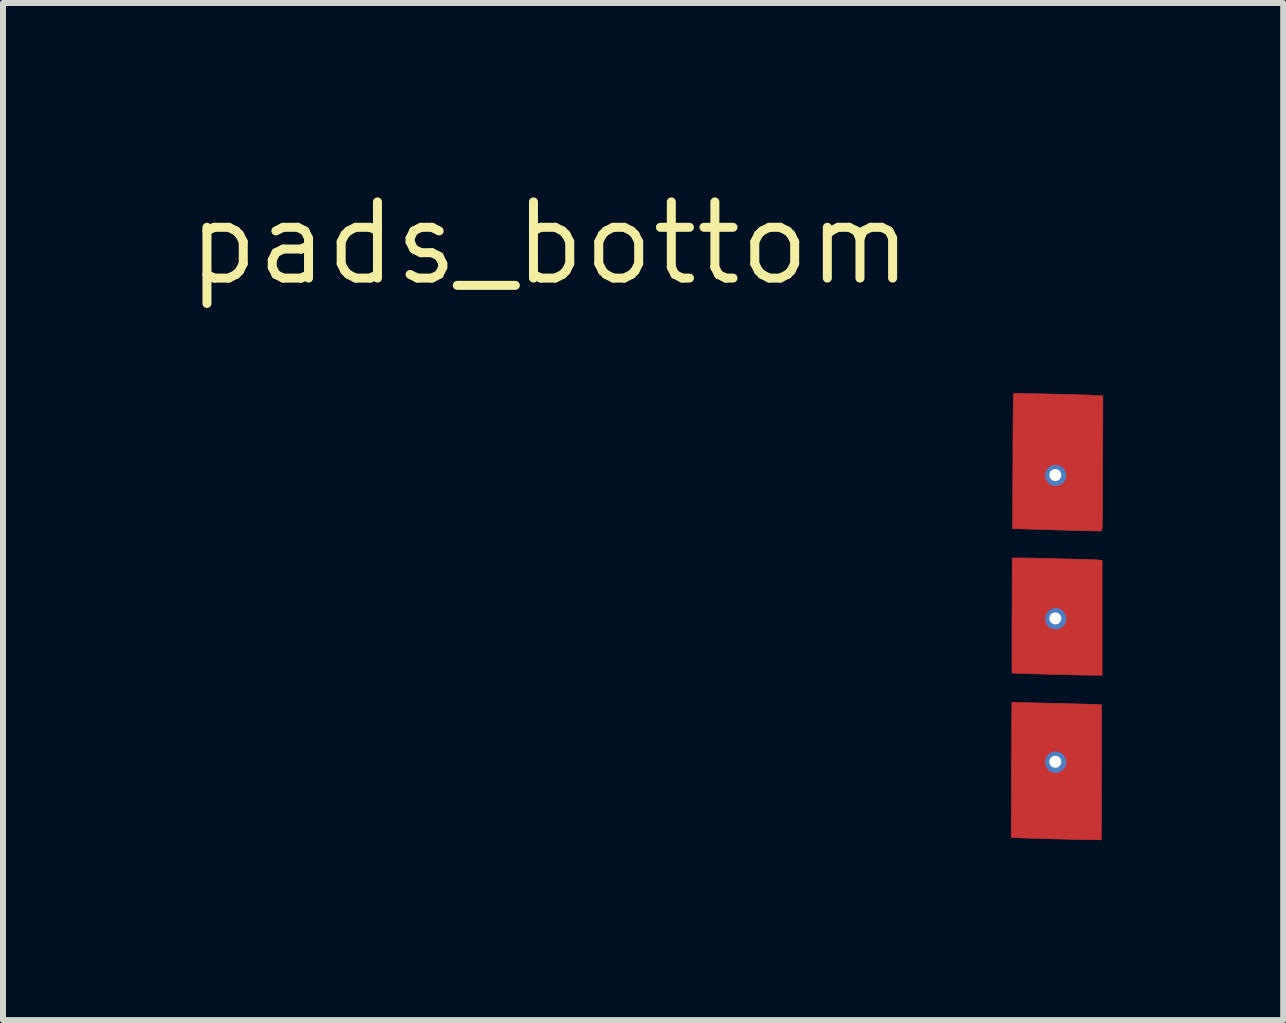
<source format=kicad_pcb>
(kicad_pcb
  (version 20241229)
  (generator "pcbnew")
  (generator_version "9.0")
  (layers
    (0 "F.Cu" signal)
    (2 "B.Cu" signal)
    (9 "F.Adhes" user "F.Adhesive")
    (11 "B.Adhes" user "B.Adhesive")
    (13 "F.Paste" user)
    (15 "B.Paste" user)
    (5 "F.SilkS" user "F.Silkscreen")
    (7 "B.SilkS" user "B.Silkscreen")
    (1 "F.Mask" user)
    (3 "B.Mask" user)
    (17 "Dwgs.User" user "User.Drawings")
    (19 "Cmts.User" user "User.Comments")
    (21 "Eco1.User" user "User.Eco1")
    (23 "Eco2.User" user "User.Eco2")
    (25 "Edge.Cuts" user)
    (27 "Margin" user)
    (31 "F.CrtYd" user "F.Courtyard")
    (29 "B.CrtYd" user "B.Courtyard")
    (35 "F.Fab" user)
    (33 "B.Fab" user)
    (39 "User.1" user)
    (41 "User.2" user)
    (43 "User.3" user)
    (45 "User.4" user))
  (footprint "pads_bottom"
    (layer "F.Cu")
    (at 6.115 1.006)
    (property "Reference" "pads_bottom" (at 0 0 0) (layer "F.SilkS") (effects (font (size 1.27 1.27) (thickness 0.15))))
    (attr through_hole)
    (fp_poly (pts (xy 7.847 5.245) (xy 7.913 5.246) (xy 7.994 5.247) (xy 8.089 5.249) (xy 8.194 5.251) (xy 8.307 5.254) (xy 8.423 5.257) (xy 8.54 5.26) (xy 8.655 5.263) (xy 8.765 5.265) (xy 8.867 5.268) (xy 8.957 5.271) (xy 9.033 5.274) (xy 9.092 5.276) (xy 9.13 5.277) (xy 9.141 5.278) (xy 9.207 5.285) (xy 9.207 7.201) (xy 9.02 7.199) (xy 8.967 7.198) (xy 8.891 7.197) (xy 8.798 7.195) (xy 8.692 7.193) (xy 8.575 7.19) (xy 8.451 7.187) (xy 8.326 7.184) (xy 8.271 7.182) (xy 8.154 7.179) (xy 8.046 7.176) (xy 7.948 7.173) (xy 7.863 7.17) (xy 7.794 7.167) (xy 7.743 7.165) (xy 7.713 7.163) (xy 7.706 7.162) (xy 7.706 7.149) (xy 7.705 7.112) (xy 7.705 7.054) (xy 7.705 6.976) (xy 7.705 6.881) (xy 7.705 6.77) (xy 7.705 6.646) (xy 7.705 6.51) (xy 7.705 6.365) (xy 7.706 6.212) (xy 7.706 6.201) (xy 7.709 5.245) (xy 7.801 5.245) (xy 7.847 5.245)) (stroke (width 0.01) (type solid)) (fill yes) (layer "F.Cu"))
    (fp_poly (pts (xy 7.842 7.655) (xy 8.062 7.66) (xy 8.259 7.665) (xy 8.432 7.669) (xy 8.584 7.672) (xy 8.715 7.676) (xy 8.827 7.679) (xy 8.922 7.681) (xy 9 7.684) (xy 9.063 7.686) (xy 9.112 7.688) (xy 9.148 7.689) (xy 9.174 7.691) (xy 9.188 7.693) (xy 9.195 7.694) (xy 9.195 7.694) (xy 9.196 7.708) (xy 9.196 7.745) (xy 9.197 7.804) (xy 9.198 7.883) (xy 9.198 7.98) (xy 9.198 8.093) (xy 9.198 8.221) (xy 9.198 8.361) (xy 9.198 8.512) (xy 9.198 8.672) (xy 9.197 8.823) (xy 9.193 9.944) (xy 9.032 9.942) (xy 8.985 9.941) (xy 8.917 9.94) (xy 8.83 9.938) (xy 8.728 9.936) (xy 8.614 9.933) (xy 8.493 9.93) (xy 8.367 9.927) (xy 8.283 9.924) (xy 8.163 9.921) (xy 8.052 9.918) (xy 7.951 9.915) (xy 7.863 9.912) (xy 7.791 9.909) (xy 7.736 9.907) (xy 7.703 9.905) (xy 7.692 9.904) (xy 7.692 9.891) (xy 7.692 9.854) (xy 7.692 9.796) (xy 7.692 9.718) (xy 7.692 9.621) (xy 7.693 9.508) (xy 7.693 9.381) (xy 7.694 9.241) (xy 7.695 9.09) (xy 7.695 8.93) (xy 7.696 8.776) (xy 7.703 7.652) (xy 7.842 7.655)) (stroke (width 0.01) (type solid)) (fill yes) (layer "F.Cu"))
    (fp_poly (pts (xy 7.834 2.503) (xy 7.906 2.504) (xy 7.993 2.506) (xy 8.09 2.507) (xy 8.197 2.51) (xy 8.308 2.512) (xy 8.423 2.515) (xy 8.538 2.518) (xy 8.649 2.521) (xy 8.755 2.523) (xy 8.853 2.526) (xy 8.939 2.529) (xy 9.011 2.531) (xy 9.066 2.534) (xy 9.09 2.535) (xy 9.22 2.542) (xy 9.217 3.668) (xy 9.217 3.863) (xy 9.216 4.034) (xy 9.215 4.182) (xy 9.215 4.31) (xy 9.214 4.419) (xy 9.213 4.51) (xy 9.212 4.585) (xy 9.211 4.646) (xy 9.21 4.693) (xy 9.208 4.73) (xy 9.206 4.756) (xy 9.203 4.774) (xy 9.201 4.786) (xy 9.197 4.792) (xy 9.193 4.795) (xy 9.189 4.796) (xy 9.188 4.796) (xy 9.171 4.796) (xy 9.131 4.795) (xy 9.07 4.794) (xy 8.992 4.792) (xy 8.899 4.79) (xy 8.794 4.787) (xy 8.679 4.784) (xy 8.566 4.781) (xy 8.44 4.777) (xy 8.318 4.774) (xy 8.202 4.77) (xy 8.096 4.767) (xy 8.003 4.765) (xy 7.927 4.762) (xy 7.871 4.761) (xy 7.842 4.76) (xy 7.715 4.756) (xy 7.72 3.632) (xy 7.72 3.466) (xy 7.721 3.306) (xy 7.722 3.156) (xy 7.723 3.017) (xy 7.724 2.891) (xy 7.725 2.779) (xy 7.726 2.684) (xy 7.727 2.607) (xy 7.727 2.55) (xy 7.728 2.515) (xy 7.729 2.503) (xy 7.742 2.503) (xy 7.778 2.502) (xy 7.834 2.503)) (stroke (width 0.01) (type solid)) (fill yes) (layer "F.Cu"))
    (fp_poly (pts (xy 8.471 8.48) (xy 8.505 8.492) (xy 8.56 8.532) (xy 8.595 8.585) (xy 8.606 8.631) (xy 8.602 8.691) (xy 8.577 8.744) (xy 8.537 8.786) (xy 8.486 8.813) (xy 8.429 8.823) (xy 8.369 8.812) (xy 8.362 8.809) (xy 8.317 8.777) (xy 8.281 8.729) (xy 8.263 8.685) (xy 8.261 8.626) (xy 8.279 8.572) (xy 8.313 8.527) (xy 8.36 8.494) (xy 8.414 8.477) (xy 8.471 8.48)) (stroke (width 0.01) (type solid)) (fill yes) (layer "B.Cu"))
    (fp_poly (pts (xy 8.488 3.706) (xy 8.518 3.721) (xy 8.568 3.763) (xy 8.597 3.814) (xy 8.607 3.868) (xy 8.6 3.922) (xy 8.576 3.97) (xy 8.536 4.008) (xy 8.483 4.032) (xy 8.433 4.038) (xy 8.388 4.033) (xy 8.349 4.02) (xy 8.34 4.016) (xy 8.304 3.982) (xy 8.276 3.933) (xy 8.26 3.881) (xy 8.26 3.843) (xy 8.283 3.784) (xy 8.322 3.738) (xy 8.372 3.709) (xy 8.43 3.697) (xy 8.488 3.706)) (stroke (width 0.01) (type solid)) (fill yes) (layer "B.Cu"))
    (fp_poly (pts (xy 8.49 6.095) (xy 8.541 6.124) (xy 8.565 6.148) (xy 8.597 6.202) (xy 8.607 6.259) (xy 8.598 6.313) (xy 8.573 6.361) (xy 8.534 6.4) (xy 8.485 6.424) (xy 8.427 6.431) (xy 8.379 6.42) (xy 8.333 6.401) (xy 8.304 6.377) (xy 8.282 6.341) (xy 8.274 6.319) (xy 8.261 6.258) (xy 8.27 6.202) (xy 8.296 6.155) (xy 8.335 6.118) (xy 8.383 6.094) (xy 8.436 6.086) (xy 8.49 6.095)) (stroke (width 0.01) (type solid)) (fill yes) (layer "B.Cu"))
    (fp_poly (pts (xy 8.471 8.48) (xy 8.505 8.492) (xy 8.56 8.532) (xy 8.595 8.585) (xy 8.606 8.631) (xy 8.602 8.691) (xy 8.577 8.744) (xy 8.537 8.786) (xy 8.486 8.813) (xy 8.429 8.823) (xy 8.369 8.812) (xy 8.362 8.809) (xy 8.317 8.777) (xy 8.281 8.729) (xy 8.263 8.685) (xy 8.261 8.626) (xy 8.279 8.572) (xy 8.313 8.527) (xy 8.36 8.494) (xy 8.414 8.477) (xy 8.471 8.48)) (stroke (width 0.01) (type solid)) (fill yes) (layer "B.Mask"))
    (fp_poly (pts (xy 8.488 3.706) (xy 8.518 3.721) (xy 8.568 3.763) (xy 8.597 3.814) (xy 8.607 3.868) (xy 8.6 3.922) (xy 8.576 3.97) (xy 8.536 4.008) (xy 8.483 4.032) (xy 8.433 4.038) (xy 8.388 4.033) (xy 8.349 4.02) (xy 8.34 4.016) (xy 8.304 3.982) (xy 8.276 3.933) (xy 8.26 3.881) (xy 8.26 3.843) (xy 8.283 3.784) (xy 8.322 3.738) (xy 8.372 3.709) (xy 8.43 3.697) (xy 8.488 3.706)) (stroke (width 0.01) (type solid)) (fill yes) (layer "B.Mask"))
    (fp_poly (pts (xy 8.49 6.095) (xy 8.541 6.124) (xy 8.565 6.148) (xy 8.597 6.202) (xy 8.607 6.259) (xy 8.598 6.313) (xy 8.573 6.361) (xy 8.534 6.4) (xy 8.485 6.424) (xy 8.427 6.431) (xy 8.379 6.42) (xy 8.333 6.401) (xy 8.304 6.377) (xy 8.282 6.341) (xy 8.274 6.319) (xy 8.261 6.258) (xy 8.27 6.202) (xy 8.296 6.155) (xy 8.335 6.118) (xy 8.383 6.094) (xy 8.436 6.086) (xy 8.49 6.095)) (stroke (width 0.01) (type solid)) (fill yes) (layer "B.Mask"))
    (pad "" np_thru_hole circle (at 8.427 3.863) (size 0.2 0.2) (drill 0.2) (layers "*.Cu" "*.Mask"))
    (pad "" np_thru_hole circle (at 8.427 6.253) (size 0.2 0.2) (drill 0.2) (layers "*.Cu" "*.Mask"))
    (pad "" np_thru_hole circle (at 8.427 8.643) (size 0.2 0.2) (drill 0.2) (layers "*.Cu" "*.Mask")))
  (gr_rect
    (start -3 -3)
    (end 18.341 13.955)
    (stroke (width 0.1) (type default))
    (fill no)
    (layer "Edge.Cuts")))
</source>
